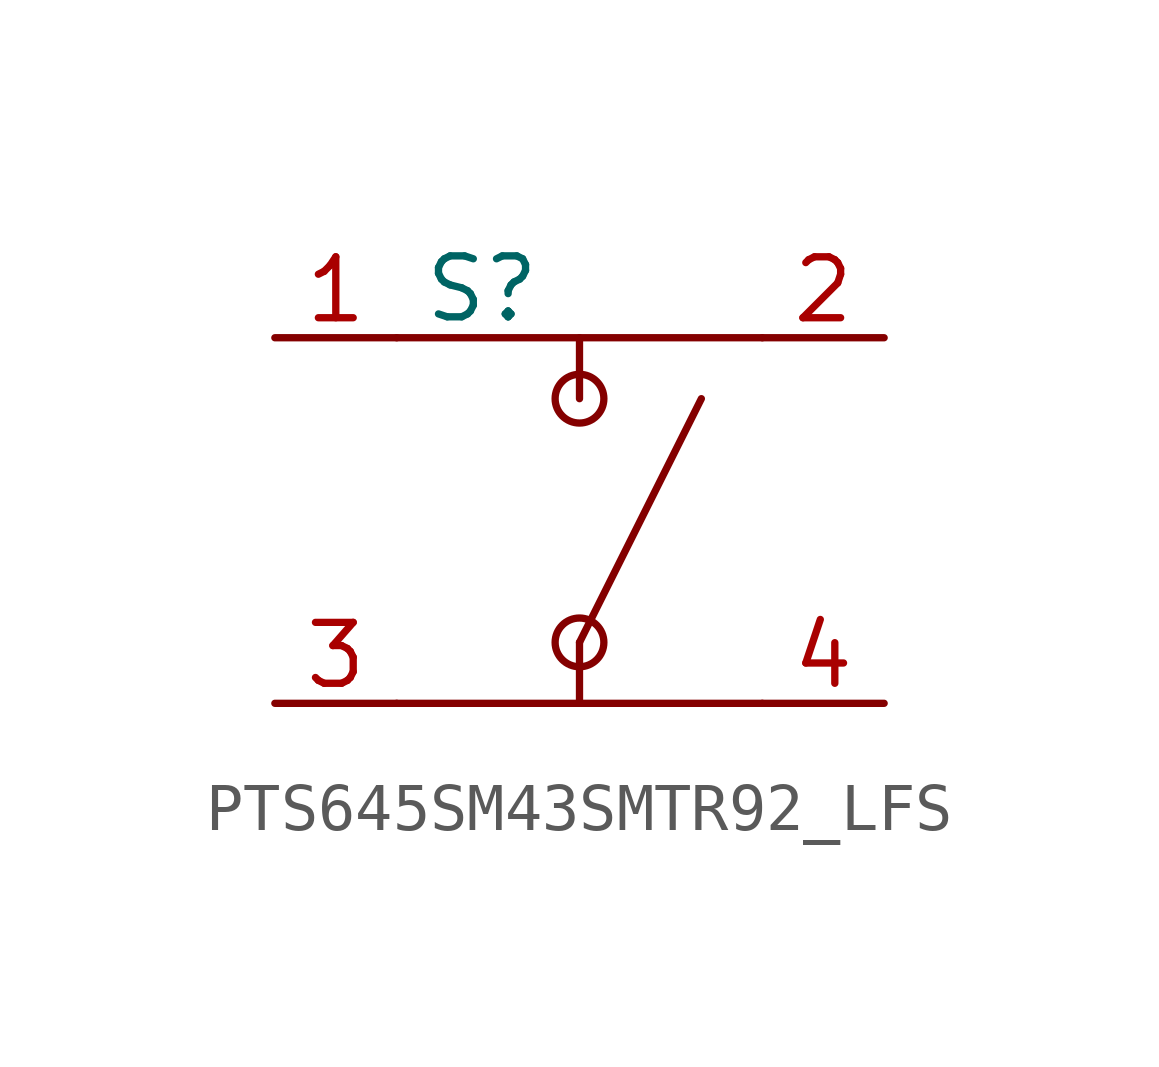
<source format=kicad_sym>
(kicad_symbol_lib
  (version 20231120)
  (generator "kicad_symbol_editor")
  (generator_version "8.0")
  (symbol "PTS645SM43SMTR92_LFS"
    (property "Reference" "S"
      (at -2.032 4.826 0)
      (effects (font (size 1.27 1.27))))
    (property "Value" ""
      (at 0 0 0)
      (effects (font (size 1.27 1.27))))
    (symbol "PTS645SM43SMTR92_LFS_0_1"
      (circle (center 0 -2.54) (radius 0.508) (stroke (width 0) (type default)) (fill (type none)))
      (polyline (pts (xy -3.81 -3.81) (xy 3.81 -3.81)) (stroke (width 0) (type default)) (fill (type none)))
      (polyline (pts (xy -3.81 3.81) (xy 3.81 3.81)) (stroke (width 0) (type default)) (fill (type none)))
      (polyline (pts (xy 0 -3.81) (xy 0 -2.54)) (stroke (width 0) (type default)) (fill (type none)))
      (polyline (pts (xy 0 -2.54) (xy 2.54 2.54)) (stroke (width 0) (type default)) (fill (type none)))
      (polyline (pts (xy 0 2.54) (xy 0 3.81)) (stroke (width 0) (type default)) (fill (type none)))
      (circle (center 0 2.54) (radius 0.508) (stroke (width 0) (type default)) (fill (type none))))
    (symbol "PTS645SM43SMTR92_LFS_1_1"
      (pin passive line (at -6.35 3.81 0) (length 2.54) (name "" (effects (font (size 1.27 1.27)))) (number "1" (effects (font (size 1.27 1.27)))))
      (pin passive line (at 6.35 3.81 180) (length 2.54) (name "" (effects (font (size 1.27 1.27)))) (number "2" (effects (font (size 1.27 1.27)))))
      (pin passive line (at -6.35 -3.81 0) (length 2.54) (name "" (effects (font (size 1.27 1.27)))) (number "3" (effects (font (size 1.27 1.27)))))
      (pin passive line (at 6.35 -3.81 180) (length 2.54) (name "" (effects (font (size 1.27 1.27)))) (number "4" (effects (font (size 1.27 1.27))))))))
</source>
